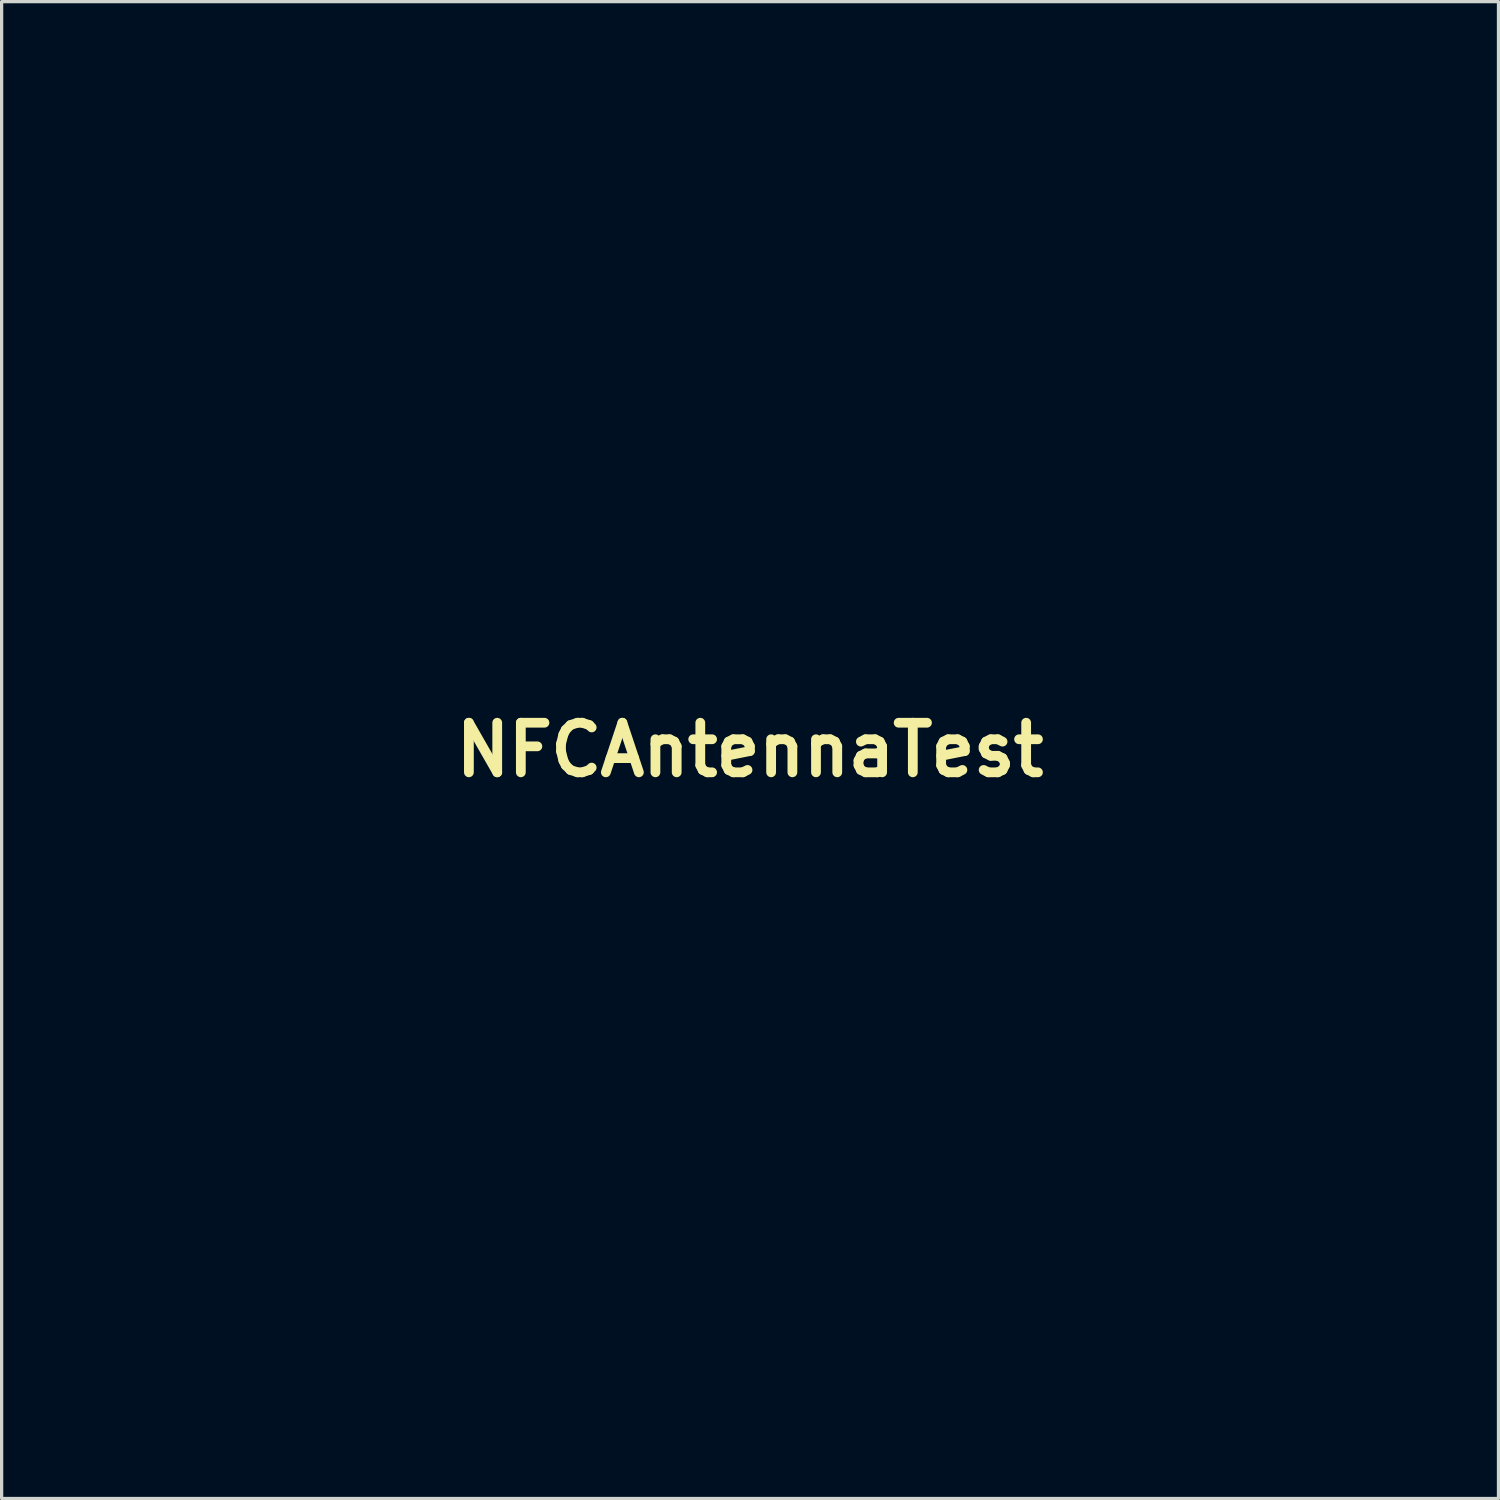
<source format=kicad_pcb>
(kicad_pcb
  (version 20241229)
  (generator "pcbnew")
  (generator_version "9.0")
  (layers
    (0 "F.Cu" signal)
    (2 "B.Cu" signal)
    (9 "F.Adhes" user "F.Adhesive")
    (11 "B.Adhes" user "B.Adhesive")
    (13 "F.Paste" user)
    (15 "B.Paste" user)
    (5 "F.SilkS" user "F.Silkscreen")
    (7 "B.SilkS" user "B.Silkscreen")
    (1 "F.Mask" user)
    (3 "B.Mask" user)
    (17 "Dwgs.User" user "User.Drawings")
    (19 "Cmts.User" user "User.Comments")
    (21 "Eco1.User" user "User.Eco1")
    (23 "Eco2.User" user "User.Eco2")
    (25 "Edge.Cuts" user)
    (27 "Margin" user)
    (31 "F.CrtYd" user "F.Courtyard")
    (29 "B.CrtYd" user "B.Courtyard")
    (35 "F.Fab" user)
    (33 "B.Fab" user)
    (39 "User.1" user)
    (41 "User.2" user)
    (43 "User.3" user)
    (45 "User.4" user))
  (footprint "NFCAntennaTest"
    (layer "F.Cu")
    (at 19.997 19.997)
    (property "Reference" "NFCAntennaTest" (at 0 0 0) (layer "F.SilkS") (effects (font (size 1.524 1.524) (thickness 0.3))))
    (attr through_hole)
    (fp_poly (pts (xy 20.003 20.003) (xy -19.992 20.003) (xy -19.992 -19.251) (xy 19.251 -19.251) (xy 19.248 -0.003) (xy 19.246 19.246) (xy -0.003 19.248) (xy -19.251 19.251) (xy -19.251 -18.5) (xy 18.51 -18.5) (xy 18.508 0.003) (xy 18.505 18.505) (xy 0.003 18.508) (xy -18.5 18.51) (xy -18.5 -17.748) (xy 17.759 -17.748) (xy 17.756 0.003) (xy 17.754 17.754) (xy 0.003 17.756) (xy -17.748 17.759) (xy -17.748 -16.997) (xy -17.346 -16.997) (xy -17.346 17.357) (xy 17.357 17.357) (xy 17.357 -17.357) (xy -18.098 -17.357) (xy -18.098 18.108) (xy 18.108 18.108) (xy 18.108 -18.108) (xy -18.849 -18.108) (xy -18.849 18.849) (xy 18.849 18.849) (xy 18.849 -18.86) (xy -19.59 -18.86) (xy -19.59 19.6) (xy 19.6 19.6) (xy 19.6 -19.6) (xy -19.992 -19.6) (xy -19.992 -19.992) (xy 20.003 -19.992) (xy 20.003 20.003)) (stroke (width 0.01) (type solid)) (fill yes) (layer "F.Mask")))
  (gr_rect
    (start -3 -3)
    (end 43.004 43.004)
    (stroke (width 0.1) (type default))
    (fill no)
    (layer "Edge.Cuts")))
</source>
